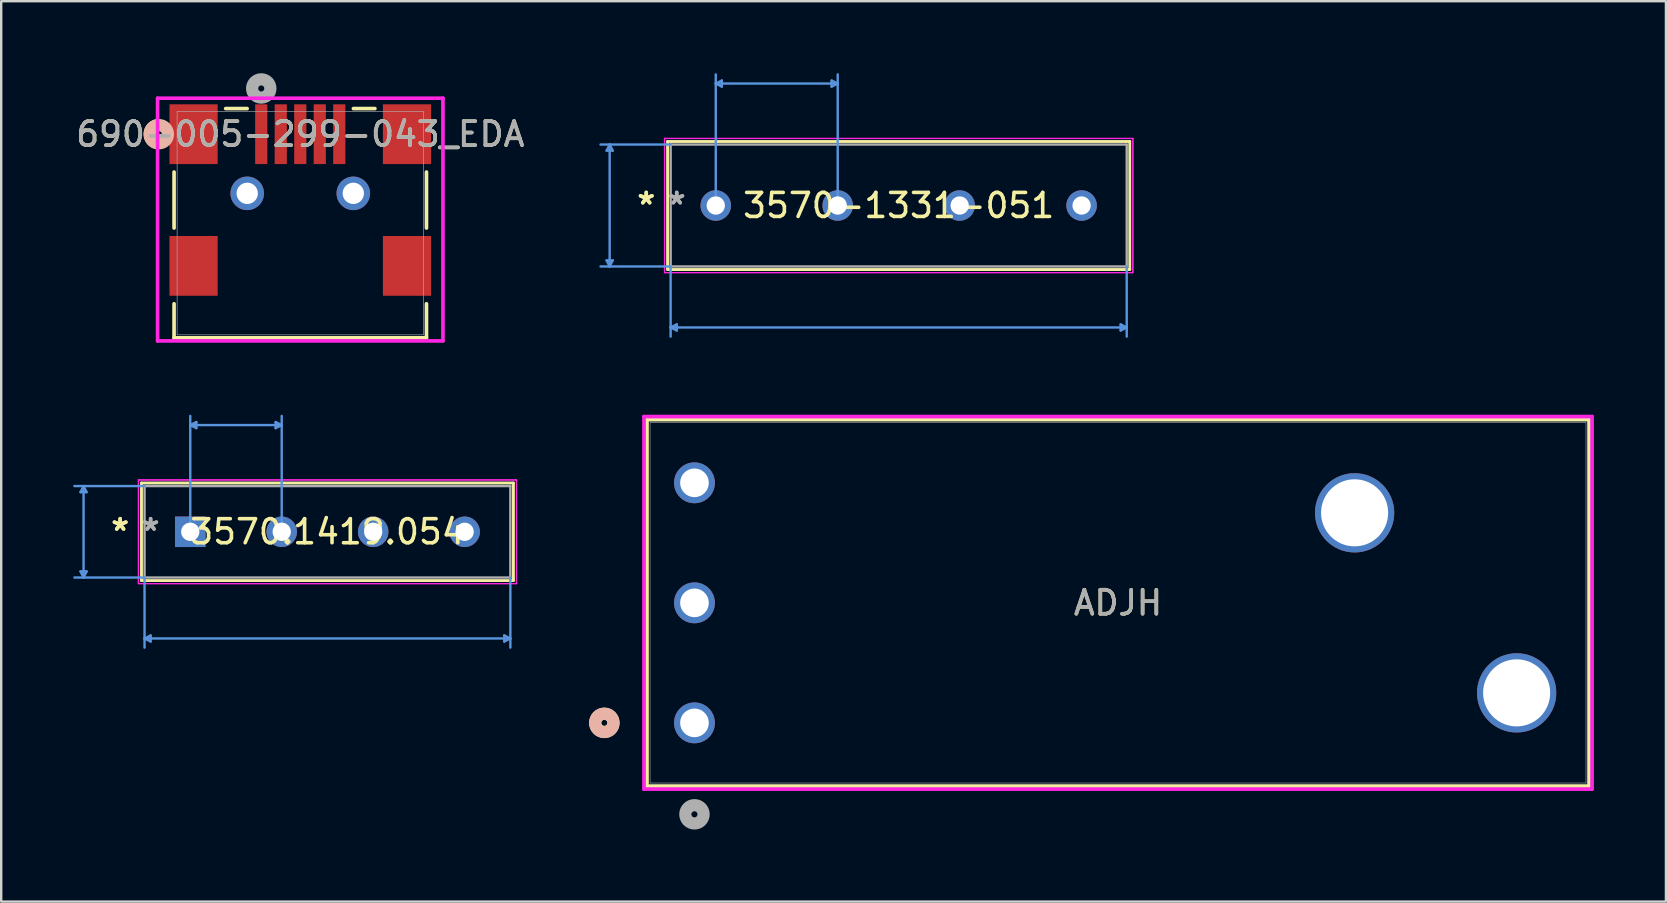
<source format=kicad_pcb>
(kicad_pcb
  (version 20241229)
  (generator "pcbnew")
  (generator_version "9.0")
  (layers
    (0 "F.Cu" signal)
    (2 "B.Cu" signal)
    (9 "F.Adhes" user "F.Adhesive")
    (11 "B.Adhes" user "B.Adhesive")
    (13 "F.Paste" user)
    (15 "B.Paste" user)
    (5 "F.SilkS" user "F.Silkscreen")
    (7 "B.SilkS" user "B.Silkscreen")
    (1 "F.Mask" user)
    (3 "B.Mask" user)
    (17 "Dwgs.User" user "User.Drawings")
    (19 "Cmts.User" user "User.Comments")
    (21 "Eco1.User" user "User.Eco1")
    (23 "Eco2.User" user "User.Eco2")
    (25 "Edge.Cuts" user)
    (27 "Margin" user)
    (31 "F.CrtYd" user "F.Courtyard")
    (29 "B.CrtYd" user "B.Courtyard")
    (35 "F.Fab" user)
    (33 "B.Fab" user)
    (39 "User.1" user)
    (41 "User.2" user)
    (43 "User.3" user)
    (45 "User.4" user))
  (footprint "690-005-299-043_EDA"
    (layer "F.Cu")
    (at 7.833 2.54)
    (property "Reference" "690-005-299-043_EDA" (at 1.626 0 0) (unlocked yes) (layer "F.SilkS") (effects (font (size 1 1) (thickness 0.15))))
    (attr smd)
    (fp_line (start -3.632 1.577) (end -3.632 3.909) (stroke (width 0.152) (type solid)) (layer "F.SilkS"))
    (fp_line (start -3.632 7.064) (end -3.632 8.484) (stroke (width 0.152) (type solid)) (layer "F.SilkS"))
    (fp_line (start -3.632 8.484) (end 6.883 8.484) (stroke (width 0.152) (type solid)) (layer "F.SilkS"))
    (fp_line (start -0.587 -1.067) (end -1.483 -1.067) (stroke (width 0.152) (type solid)) (layer "F.SilkS"))
    (fp_line (start 4.735 -1.067) (end 3.838 -1.067) (stroke (width 0.152) (type solid)) (layer "F.SilkS"))
    (fp_line (start 6.883 3.909) (end 6.883 1.577) (stroke (width 0.152) (type solid)) (layer "F.SilkS"))
    (fp_line (start 6.883 8.484) (end 6.883 7.064) (stroke (width 0.152) (type solid)) (layer "F.SilkS"))
    (fp_arc (start -4.33324 0.375233) (mid -4.6482 0) (end -4.33324 -0.375233) (stroke (width 0.508) (type solid)) (layer "F.SilkS"))
    (fp_circle (center -4.267 0) (end -3.886 0) (stroke (width 0.508) (type solid)) (fill no) (layer "B.SilkS"))
    (fp_line (start -4.318 -1.499) (end -4.318 8.611) (stroke (width 0.152) (type solid)) (layer "F.CrtYd"))
    (fp_line (start -4.318 8.611) (end 7.569 8.611) (stroke (width 0.152) (type solid)) (layer "F.CrtYd"))
    (fp_line (start 7.569 -1.499) (end -4.318 -1.499) (stroke (width 0.152) (type solid)) (layer "F.CrtYd"))
    (fp_line (start 7.569 8.611) (end 7.569 -1.499) (stroke (width 0.152) (type solid)) (layer "F.CrtYd"))
    (fp_line (start -3.505 -0.94) (end -3.505 8.357) (stroke (width 0.025) (type solid)) (layer "F.Fab"))
    (fp_line (start -3.505 8.357) (end 6.756 8.357) (stroke (width 0.025) (type solid)) (layer "F.Fab"))
    (fp_line (start 6.756 -0.94) (end -3.505 -0.94) (stroke (width 0.025) (type solid)) (layer "F.Fab"))
    (fp_line (start 6.756 8.357) (end 6.756 -0.94) (stroke (width 0.025) (type solid)) (layer "F.Fab"))
    (fp_circle (center 0 -1.905) (end 0.381 -1.905) (stroke (width 0.508) (type solid)) (fill no) (layer "F.Fab"))
    (fp_text user "${REFERENCE}" (at 1.626 0 0) (unlocked yes) (layer "F.Fab") (effects (font (size 1 1) (thickness 0.15))))
    (pad "1" smd rect (at 0 0) (size 0.508 2.489) (layers "F.Cu" "F.Mask" "F.Paste"))
    (pad "2" smd rect (at 0.813 0) (size 0.508 2.489) (layers "F.Cu" "F.Mask" "F.Paste"))
    (pad "3" smd rect (at 1.626 0) (size 0.508 2.489) (layers "F.Cu" "F.Mask" "F.Paste"))
    (pad "4" smd rect (at 2.438 0) (size 0.508 2.489) (layers "F.Cu" "F.Mask" "F.Paste"))
    (pad "5" smd rect (at 3.251 0) (size 0.508 2.489) (layers "F.Cu" "F.Mask" "F.Paste"))
    (pad "6" smd rect (at -2.819 0 90) (size 2.489 2.007) (layers "F.Cu" "F.Mask" "F.Paste"))
    (pad "7" smd rect (at 6.071 0 90) (size 2.489 2.007) (layers "F.Cu" "F.Mask" "F.Paste"))
    (pad "8" thru_hole circle (at -0.584 2.464 90) (size 1.397 1.397) (drill 0.889) (layers "*.Cu" "*.Mask"))
    (pad "9" thru_hole circle (at 3.835 2.464 90) (size 1.397 1.397) (drill 0.889) (layers "*.Cu" "*.Mask"))
    (pad "10" smd rect (at -2.819 5.486) (size 2.007 2.489) (layers "F.Cu" "F.Mask" "F.Paste"))
    (pad "11" smd rect (at 6.071 5.486) (size 2.007 2.489) (layers "F.Cu" "F.Mask" "F.Paste")))
  (footprint "3570.1419.054"
    (layer "F.Cu")
    (at 4.876 19.103)
    (property "Reference" "3570.1419.054" (at 5.715 0 0) (layer "F.SilkS") (effects (font (size 1 1) (thickness 0.15))))
    (attr through_hole)
    (fp_line (start -2.032 -2.032) (end -2.032 2.032) (stroke (width 0.12) (type solid)) (layer "F.SilkS"))
    (fp_line (start -2.032 2.032) (end 13.462 2.032) (stroke (width 0.12) (type solid)) (layer "F.SilkS"))
    (fp_line (start 13.462 -2.032) (end -2.032 -2.032) (stroke (width 0.12) (type solid)) (layer "F.SilkS"))
    (fp_line (start 13.462 2.032) (end 13.462 -2.032) (stroke (width 0.12) (type solid)) (layer "F.SilkS"))
    (fp_line (start -4.572 -1.651) (end -4.318 -1.651) (stroke (width 0.1) (type solid)) (layer "Cmts.User"))
    (fp_line (start -4.572 1.651) (end -4.318 1.651) (stroke (width 0.1) (type solid)) (layer "Cmts.User"))
    (fp_line (start -4.445 -1.905) (end -4.572 -1.651) (stroke (width 0.1) (type solid)) (layer "Cmts.User"))
    (fp_line (start -4.445 -1.905) (end -4.445 1.905) (stroke (width 0.1) (type solid)) (layer "Cmts.User"))
    (fp_line (start -4.445 -1.905) (end -4.318 -1.651) (stroke (width 0.1) (type solid)) (layer "Cmts.User"))
    (fp_line (start -4.445 1.905) (end -4.572 1.651) (stroke (width 0.1) (type solid)) (layer "Cmts.User"))
    (fp_line (start -4.445 1.905) (end -4.318 1.651) (stroke (width 0.1) (type solid)) (layer "Cmts.User"))
    (fp_line (start -1.905 -1.905) (end -4.826 -1.905) (stroke (width 0.1) (type solid)) (layer "Cmts.User"))
    (fp_line (start -1.905 1.905) (end -4.826 1.905) (stroke (width 0.1) (type solid)) (layer "Cmts.User"))
    (fp_line (start -1.905 1.905) (end -1.905 4.826) (stroke (width 0.1) (type solid)) (layer "Cmts.User"))
    (fp_line (start -1.905 4.445) (end -1.651 4.318) (stroke (width 0.1) (type solid)) (layer "Cmts.User"))
    (fp_line (start -1.905 4.445) (end -1.651 4.572) (stroke (width 0.1) (type solid)) (layer "Cmts.User"))
    (fp_line (start -1.905 4.445) (end 13.335 4.445) (stroke (width 0.1) (type solid)) (layer "Cmts.User"))
    (fp_line (start -1.651 4.318) (end -1.651 4.572) (stroke (width 0.1) (type solid)) (layer "Cmts.User"))
    (fp_line (start 0 -4.445) (end 0.254 -4.572) (stroke (width 0.1) (type solid)) (layer "Cmts.User"))
    (fp_line (start 0 -4.445) (end 0.254 -4.318) (stroke (width 0.1) (type solid)) (layer "Cmts.User"))
    (fp_line (start 0 -4.445) (end 3.81 -4.445) (stroke (width 0.1) (type solid)) (layer "Cmts.User"))
    (fp_line (start 0 0) (end 0 -4.826) (stroke (width 0.1) (type solid)) (layer "Cmts.User"))
    (fp_line (start 0.254 -4.572) (end 0.254 -4.318) (stroke (width 0.1) (type solid)) (layer "Cmts.User"))
    (fp_line (start 3.556 -4.572) (end 3.556 -4.318) (stroke (width 0.1) (type solid)) (layer "Cmts.User"))
    (fp_line (start 3.81 -4.445) (end 3.556 -4.572) (stroke (width 0.1) (type solid)) (layer "Cmts.User"))
    (fp_line (start 3.81 -4.445) (end 3.556 -4.318) (stroke (width 0.1) (type solid)) (layer "Cmts.User"))
    (fp_line (start 3.81 0) (end 3.81 -4.826) (stroke (width 0.1) (type solid)) (layer "Cmts.User"))
    (fp_line (start 13.081 4.318) (end 13.081 4.572) (stroke (width 0.1) (type solid)) (layer "Cmts.User"))
    (fp_line (start 13.335 1.905) (end 13.335 4.826) (stroke (width 0.1) (type solid)) (layer "Cmts.User"))
    (fp_line (start 13.335 4.445) (end 13.081 4.318) (stroke (width 0.1) (type solid)) (layer "Cmts.User"))
    (fp_line (start 13.335 4.445) (end 13.081 4.572) (stroke (width 0.1) (type solid)) (layer "Cmts.User"))
    (fp_line (start -2.159 -2.159) (end 13.589 -2.159) (stroke (width 0.05) (type solid)) (layer "F.CrtYd"))
    (fp_line (start -2.159 -2.159) (end 13.589 -2.159) (stroke (width 0.05) (type solid)) (layer "F.CrtYd"))
    (fp_line (start -2.159 2.159) (end -2.159 -2.159) (stroke (width 0.05) (type solid)) (layer "F.CrtYd"))
    (fp_line (start -2.159 2.159) (end -2.159 -2.159) (stroke (width 0.05) (type solid)) (layer "F.CrtYd"))
    (fp_line (start 13.589 -2.159) (end 13.589 2.159) (stroke (width 0.05) (type solid)) (layer "F.CrtYd"))
    (fp_line (start 13.589 -2.159) (end 13.589 2.159) (stroke (width 0.05) (type solid)) (layer "F.CrtYd"))
    (fp_line (start 13.589 2.159) (end -2.159 2.159) (stroke (width 0.05) (type solid)) (layer "F.CrtYd"))
    (fp_line (start 13.589 2.159) (end -2.159 2.159) (stroke (width 0.05) (type solid)) (layer "F.CrtYd"))
    (fp_line (start -1.905 -1.905) (end -1.905 1.905) (stroke (width 0.1) (type solid)) (layer "F.Fab"))
    (fp_line (start -1.905 1.905) (end 13.335 1.905) (stroke (width 0.1) (type solid)) (layer "F.Fab"))
    (fp_line (start 13.335 -1.905) (end -1.905 -1.905) (stroke (width 0.1) (type solid)) (layer "F.Fab"))
    (fp_line (start 13.335 1.905) (end 13.335 -1.905) (stroke (width 0.1) (type solid)) (layer "F.Fab"))
    (fp_text user "*" (at -2.921 0 0) (layer "F.SilkS") (effects (font (size 1 1) (thickness 0.15))))
    (fp_text user "*" (at -2.921 0 0) (layer "F.SilkS") (effects (font (size 1 1) (thickness 0.15))))
    (fp_text user "Copyright 2021 Accelerated Designs. All rights reserved." (at 0 0 0) (layer "Cmts.User") (effects (font (size 0.127 0.127) (thickness 0.002))))
    (fp_text user "*" (at -1.651 0 0) (layer "F.Fab") (effects (font (size 1 1) (thickness 0.15))))
    (fp_text user "*" (at -1.651 0 0) (layer "F.Fab") (effects (font (size 1 1) (thickness 0.15))))
    (pad "1" thru_hole rect (at 0 0) (size 1.27 1.27) (drill 0.762) (layers "*.Cu" "*.Mask"))
    (pad "2" thru_hole circle (at 3.81 0) (size 1.27 1.27) (drill 0.762) (layers "*.Cu" "*.Mask"))
    (pad "3" thru_hole circle (at 7.62 0) (size 1.27 1.27) (drill 0.762) (layers "*.Cu" "*.Mask"))
    (pad "4" thru_hole circle (at 11.43 0) (size 1.27 1.27) (drill 0.762) (layers "*.Cu" "*.Mask")))
  (footprint "3570-1331-051"
    (layer "F.Cu")
    (at 26.767 5.511)
    (property "Reference" "3570-1331-051" (at 7.62 0 0) (layer "F.SilkS") (effects (font (size 1 1) (thickness 0.15))))
    (attr through_hole)
    (fp_line (start -2.007 -2.667) (end -2.007 2.667) (stroke (width 0.12) (type solid)) (layer "F.SilkS"))
    (fp_line (start -2.007 2.667) (end 17.247 2.667) (stroke (width 0.12) (type solid)) (layer "F.SilkS"))
    (fp_line (start 17.247 -2.667) (end -2.007 -2.667) (stroke (width 0.12) (type solid)) (layer "F.SilkS"))
    (fp_line (start 17.247 2.667) (end 17.247 -2.667) (stroke (width 0.12) (type solid)) (layer "F.SilkS"))
    (fp_line (start -4.547 -2.286) (end -4.293 -2.286) (stroke (width 0.1) (type solid)) (layer "Cmts.User"))
    (fp_line (start -4.547 2.286) (end -4.293 2.286) (stroke (width 0.1) (type solid)) (layer "Cmts.User"))
    (fp_line (start -4.42 -2.54) (end -4.547 -2.286) (stroke (width 0.1) (type solid)) (layer "Cmts.User"))
    (fp_line (start -4.42 -2.54) (end -4.42 2.54) (stroke (width 0.1) (type solid)) (layer "Cmts.User"))
    (fp_line (start -4.42 -2.54) (end -4.293 -2.286) (stroke (width 0.1) (type solid)) (layer "Cmts.User"))
    (fp_line (start -4.42 2.54) (end -4.547 2.286) (stroke (width 0.1) (type solid)) (layer "Cmts.User"))
    (fp_line (start -4.42 2.54) (end -4.293 2.286) (stroke (width 0.1) (type solid)) (layer "Cmts.User"))
    (fp_line (start -1.88 -2.54) (end -4.801 -2.54) (stroke (width 0.1) (type solid)) (layer "Cmts.User"))
    (fp_line (start -1.88 2.54) (end -4.801 2.54) (stroke (width 0.1) (type solid)) (layer "Cmts.User"))
    (fp_line (start -1.88 2.54) (end -1.88 5.461) (stroke (width 0.1) (type solid)) (layer "Cmts.User"))
    (fp_line (start -1.88 5.08) (end -1.626 4.953) (stroke (width 0.1) (type solid)) (layer "Cmts.User"))
    (fp_line (start -1.88 5.08) (end -1.626 5.207) (stroke (width 0.1) (type solid)) (layer "Cmts.User"))
    (fp_line (start -1.88 5.08) (end 17.12 5.08) (stroke (width 0.1) (type solid)) (layer "Cmts.User"))
    (fp_line (start -1.626 4.953) (end -1.626 5.207) (stroke (width 0.1) (type solid)) (layer "Cmts.User"))
    (fp_line (start 0 -5.08) (end 0.254 -5.207) (stroke (width 0.1) (type solid)) (layer "Cmts.User"))
    (fp_line (start 0 -5.08) (end 0.254 -4.953) (stroke (width 0.1) (type solid)) (layer "Cmts.User"))
    (fp_line (start 0 -5.08) (end 5.08 -5.08) (stroke (width 0.1) (type solid)) (layer "Cmts.User"))
    (fp_line (start 0 0) (end 0 -5.461) (stroke (width 0.1) (type solid)) (layer "Cmts.User"))
    (fp_line (start 0.254 -5.207) (end 0.254 -4.953) (stroke (width 0.1) (type solid)) (layer "Cmts.User"))
    (fp_line (start 4.826 -5.207) (end 4.826 -4.953) (stroke (width 0.1) (type solid)) (layer "Cmts.User"))
    (fp_line (start 5.08 -5.08) (end 4.826 -5.207) (stroke (width 0.1) (type solid)) (layer "Cmts.User"))
    (fp_line (start 5.08 -5.08) (end 4.826 -4.953) (stroke (width 0.1) (type solid)) (layer "Cmts.User"))
    (fp_line (start 5.08 0) (end 5.08 -5.461) (stroke (width 0.1) (type solid)) (layer "Cmts.User"))
    (fp_line (start 16.866 4.953) (end 16.866 5.207) (stroke (width 0.1) (type solid)) (layer "Cmts.User"))
    (fp_line (start 17.12 2.54) (end 17.12 5.461) (stroke (width 0.1) (type solid)) (layer "Cmts.User"))
    (fp_line (start 17.12 5.08) (end 16.866 4.953) (stroke (width 0.1) (type solid)) (layer "Cmts.User"))
    (fp_line (start 17.12 5.08) (end 16.866 5.207) (stroke (width 0.1) (type solid)) (layer "Cmts.User"))
    (fp_line (start -2.134 -2.794) (end 17.374 -2.794) (stroke (width 0.05) (type solid)) (layer "F.CrtYd"))
    (fp_line (start -2.134 -2.794) (end 17.374 -2.794) (stroke (width 0.05) (type solid)) (layer "F.CrtYd"))
    (fp_line (start -2.134 2.794) (end -2.134 -2.794) (stroke (width 0.05) (type solid)) (layer "F.CrtYd"))
    (fp_line (start -2.134 2.794) (end -2.134 -2.794) (stroke (width 0.05) (type solid)) (layer "F.CrtYd"))
    (fp_line (start 17.374 -2.794) (end 17.374 2.794) (stroke (width 0.05) (type solid)) (layer "F.CrtYd"))
    (fp_line (start 17.374 -2.794) (end 17.374 2.794) (stroke (width 0.05) (type solid)) (layer "F.CrtYd"))
    (fp_line (start 17.374 2.794) (end -2.134 2.794) (stroke (width 0.05) (type solid)) (layer "F.CrtYd"))
    (fp_line (start 17.374 2.794) (end -2.134 2.794) (stroke (width 0.05) (type solid)) (layer "F.CrtYd"))
    (fp_line (start -1.88 -2.54) (end -1.88 2.54) (stroke (width 0.1) (type solid)) (layer "F.Fab"))
    (fp_line (start -1.88 2.54) (end 17.12 2.54) (stroke (width 0.1) (type solid)) (layer "F.Fab"))
    (fp_line (start 17.12 -2.54) (end -1.88 -2.54) (stroke (width 0.1) (type solid)) (layer "F.Fab"))
    (fp_line (start 17.12 2.54) (end 17.12 -2.54) (stroke (width 0.1) (type solid)) (layer "F.Fab"))
    (fp_text user "*" (at -2.896 0 0) (layer "F.SilkS") (effects (font (size 1 1) (thickness 0.15))))
    (fp_text user "*" (at -2.896 0 0) (layer "F.SilkS") (effects (font (size 1 1) (thickness 0.15))))
    (fp_text user "Copyright 2021 Accelerated Designs. All rights reserved." (at 0 0 0) (layer "Cmts.User") (effects (font (size 0.127 0.127) (thickness 0.002))))
    (fp_text user "*" (at -1.626 0 0) (layer "F.Fab") (effects (font (size 1 1) (thickness 0.15))))
    (fp_text user "*" (at -1.626 0 0) (layer "F.Fab") (effects (font (size 1 1) (thickness 0.15))))
    (pad "1" thru_hole circle (at 0 0) (size 1.27 1.27) (drill 0.762) (layers "*.Cu" "*.Mask"))
    (pad "2" thru_hole circle (at 5.08 0) (size 1.27 1.27) (drill 0.762) (layers "*.Cu" "*.Mask"))
    (pad "3" thru_hole circle (at 10.16 0) (size 1.27 1.27) (drill 0.762) (layers "*.Cu" "*.Mask"))
    (pad "4" thru_hole circle (at 15.24 0) (size 1.27 1.27) (drill 0.762) (layers "*.Cu" "*.Mask")))
  (footprint "ADJH"
    (layer "F.Cu")
    (at 25.88 17.063)
    (property "Reference" "ADJH" (at 17.645 5 0) (unlocked yes) (layer "F.SilkS") (effects (font (size 1 1) (thickness 0.15))))
    (attr through_hole)
    (fp_line (start -1.977 -2.633) (end -1.977 12.633) (stroke (width 0.152) (type solid)) (layer "F.SilkS"))
    (fp_line (start -1.977 12.633) (end 37.266 12.633) (stroke (width 0.152) (type solid)) (layer "F.SilkS"))
    (fp_line (start 37.266 -2.633) (end -1.977 -2.633) (stroke (width 0.152) (type solid)) (layer "F.SilkS"))
    (fp_line (start 37.266 12.633) (end 37.266 -2.633) (stroke (width 0.152) (type solid)) (layer "F.SilkS"))
    (fp_circle (center -3.755 10) (end -3.374 10) (stroke (width 0.508) (type solid)) (fill no) (layer "F.SilkS"))
    (fp_circle (center -3.755 10) (end -3.374 10) (stroke (width 0.508) (type solid)) (fill no) (layer "B.SilkS"))
    (fp_line (start -2.104 -2.76) (end -2.104 12.76) (stroke (width 0.152) (type solid)) (layer "F.CrtYd"))
    (fp_line (start -2.104 12.76) (end 37.393 12.76) (stroke (width 0.152) (type solid)) (layer "F.CrtYd"))
    (fp_line (start 37.393 -2.76) (end -2.104 -2.76) (stroke (width 0.152) (type solid)) (layer "F.CrtYd"))
    (fp_line (start 37.393 12.76) (end 37.393 -2.76) (stroke (width 0.152) (type solid)) (layer "F.CrtYd"))
    (fp_line (start -1.85 -2.506) (end -1.85 12.506) (stroke (width 0.025) (type solid)) (layer "F.Fab"))
    (fp_line (start -1.85 12.506) (end 37.139 12.506) (stroke (width 0.025) (type solid)) (layer "F.Fab"))
    (fp_line (start 37.139 -2.506) (end -1.85 -2.506) (stroke (width 0.025) (type solid)) (layer "F.Fab"))
    (fp_line (start 37.139 12.506) (end 37.139 -2.506) (stroke (width 0.025) (type solid)) (layer "F.Fab"))
    (fp_circle (center 0 13.81) (end 0.381 13.81) (stroke (width 0.508) (type solid)) (fill no) (layer "F.Fab"))
    (fp_text user "${REFERENCE}" (at 17.645 5 0) (unlocked yes) (layer "F.Fab") (effects (font (size 1 1) (thickness 0.15))))
    (pad "1" thru_hole circle (at 0 10 180) (size 1.702 1.702) (drill 1.194) (layers "*.Cu" "*.Mask"))
    (pad "2" thru_hole circle (at 0 0 180) (size 1.702 1.702) (drill 1.194) (layers "*.Cu" "*.Mask"))
    (pad "3" thru_hole circle (at 27.5 1.25 180) (size 3.302 3.302) (drill 2.794) (layers "*.Cu" "*.Mask"))
    (pad "4" thru_hole circle (at 34.25 8.75 180) (size 3.302 3.302) (drill 2.794) (layers "*.Cu" "*.Mask"))
    (pad "5" thru_hole circle (at 0 5 180) (size 1.702 1.702) (drill 1.194) (layers "*.Cu" "*.Mask")))
  (gr_rect
    (start -3 -3)
    (end 66.349 34.508)
    (stroke (width 0.1) (type default))
    (fill no)
    (layer "Edge.Cuts")))
</source>
